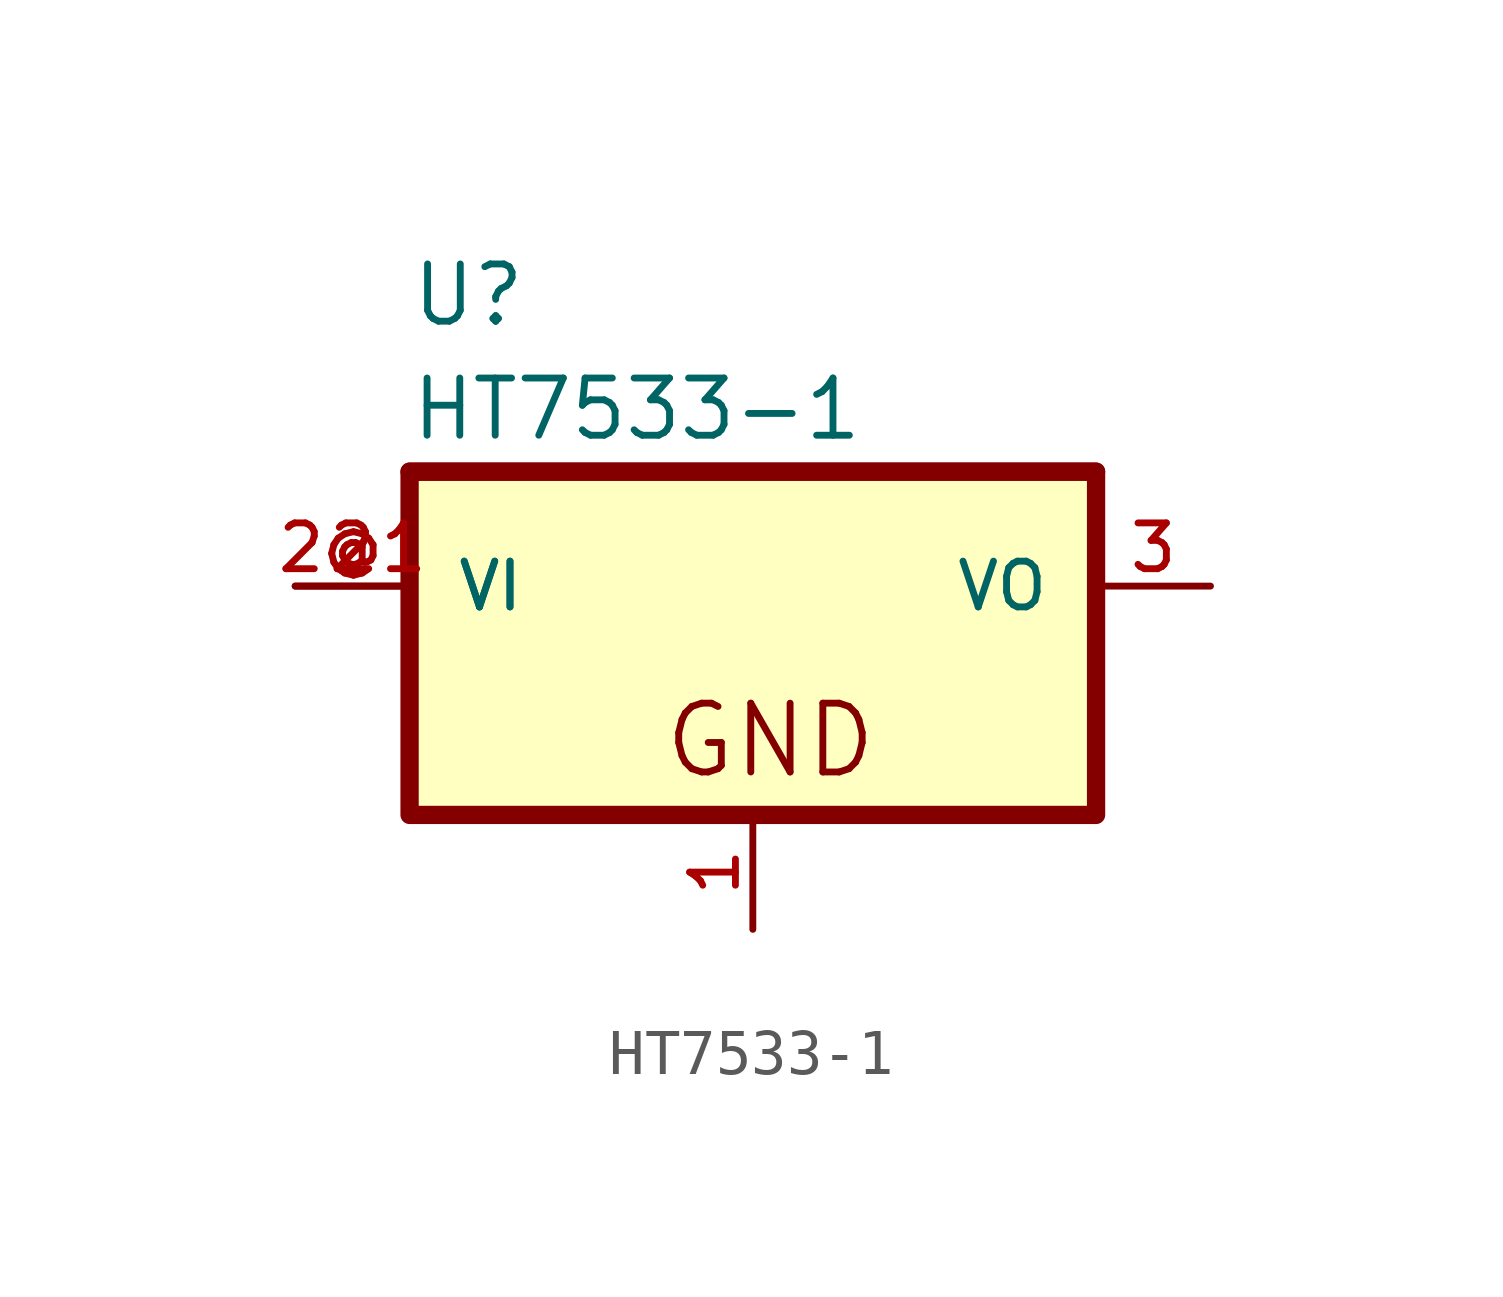
<source format=kicad_sym>
(kicad_symbol_lib
  (version 20211014)
  (generator kicad_symbol_editor)
  (symbol "HT7533-1"
    (pin_names
      (offset 1.016))
    (property "Reference" "U"
      (at -7.623 8.258 0)
      (effects (font (size 1.27 1.27)) (justify bottom left)))
    (property "Value" "HT7533-1"
      (at -7.634 5.726 0)
      (effects (font (size 1.27 1.27)) (justify bottom left)))
    (symbol "HT7533-1_0_0"
      (text "GND" (at -2.036 -1.781 0) (effects (font (size 1.527 1.527)) (justify bottom left)))
      (polyline (pts (xy 7.62 5.08) (xy -7.62 5.08)) (stroke (width 0.406)))
      (rectangle (start -7.62 -2.54) (end 7.62 5.08) (stroke (width 0.406)) (fill (type background)))
      (pin input line (at -10.16 2.54 0) (length 2.54) (name "VI" (effects (font (size 1.016 1.016)))) (number "2" (effects (font (size 1.016 1.016)))))
      (pin input line (at -10.16 2.54 0) (length 2.54) (name "VI" (effects (font (size 1.016 1.016)))) (number "2@1" (effects (font (size 1.016 1.016)))))
      (pin passive line (at 0.0 -5.08 90.0) (length 2.54) (name "~" (effects (font (size 1.016 1.016)))) (number "1" (effects (font (size 1.016 1.016)))))
      (pin passive line (at 10.16 2.54 180.0) (length 2.54) (name "VO" (effects (font (size 1.016 1.016)))) (number "3" (effects (font (size 1.016 1.016))))))))
</source>
